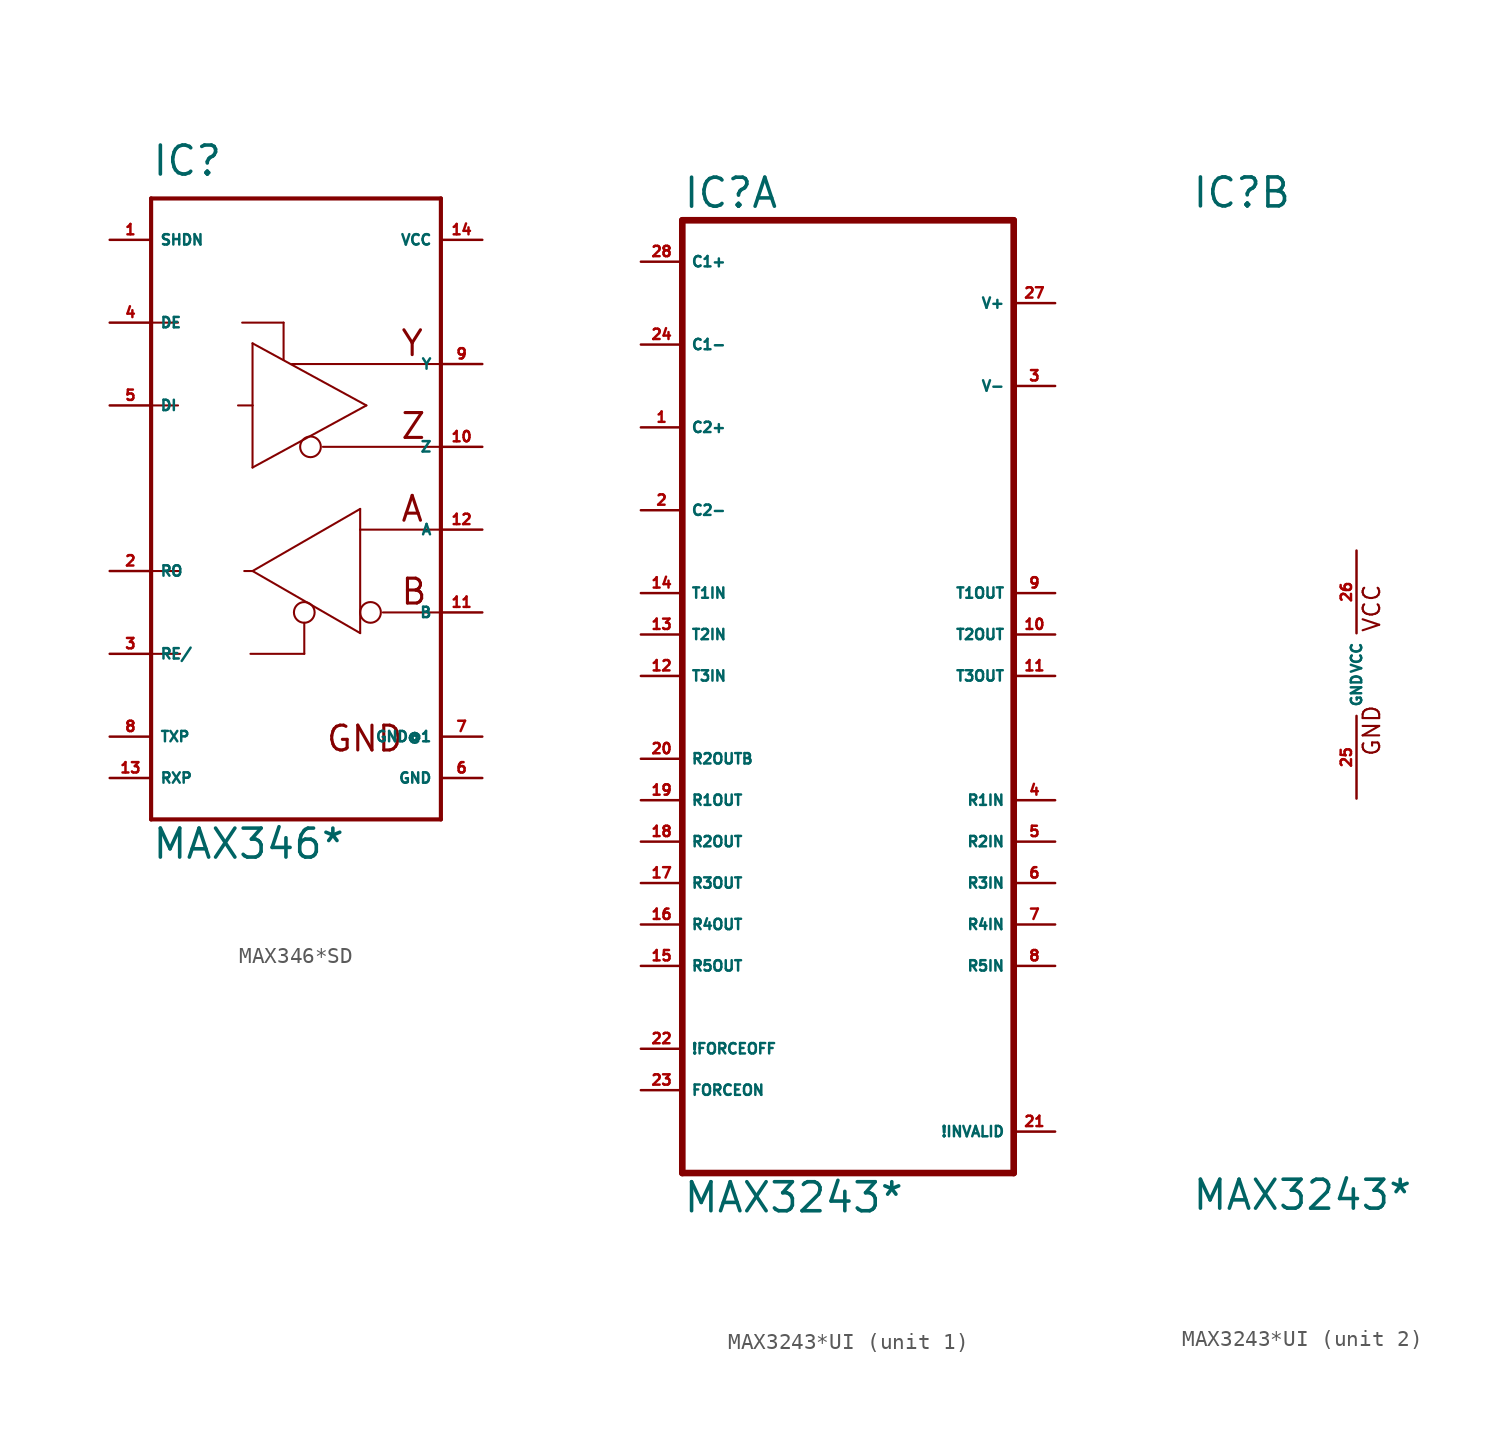
<source format=kicad_sym>
(kicad_symbol_lib
  (version 20220914)
  (generator Eagle2Kicad)
  (symbol "MAX346*SD"
    (property "Reference" "IC"
      (at -7.62 21.59 0)
      (effects (font (size 1.778 1.778) (thickness 0.22)) (justify left bottom)))
    (property "Value" "MAX346*"
      (at -7.62 -20.32 0)
      (effects (font (size 1.778 1.778) (thickness 0.22)) (justify left bottom)))
    (polyline
      (pts (xy -7.62 20.32) (xy 10.16 20.32))
      (stroke (width 0.254) (type default))
      (fill (type none)))
    (polyline
      (pts (xy 10.16 20.32) (xy 10.16 -17.78))
      (stroke (width 0.254) (type default))
      (fill (type none)))
    (polyline
      (pts (xy 10.16 -17.78) (xy -7.62 -17.78))
      (stroke (width 0.254) (type default))
      (fill (type none)))
    (polyline
      (pts (xy -7.62 -7.62) (xy -7.62 -2.54))
      (stroke (width 0.254) (type default))
      (fill (type none)))
    (polyline
      (pts (xy -7.62 -2.54) (xy -7.62 7.62))
      (stroke (width 0.254) (type default))
      (fill (type none)))
    (polyline
      (pts (xy -7.62 7.62) (xy -7.62 12.7))
      (stroke (width 0.254) (type default))
      (fill (type none)))
    (polyline
      (pts (xy -7.62 12.7) (xy -7.62 20.32))
      (stroke (width 0.254) (type default))
      (fill (type none)))
    (polyline
      (pts (xy 5.207 1.27) (xy 5.207 0))
      (stroke (width 0.127) (type default))
      (fill (type none)))
    (polyline
      (pts (xy 5.207 0) (xy 5.207 -6.35))
      (stroke (width 0.127) (type default))
      (fill (type none)))
    (polyline
      (pts (xy 5.207 -6.35) (xy -1.397 -2.54))
      (stroke (width 0.127) (type default))
      (fill (type none)))
    (polyline
      (pts (xy -1.397 -2.54) (xy 5.207 1.27))
      (stroke (width 0.127) (type default))
      (fill (type none)))
    (polyline
      (pts (xy -1.524 -7.62) (xy 1.778 -7.62))
      (stroke (width 0.127) (type default))
      (fill (type none)))
    (polyline
      (pts (xy 1.778 -7.62) (xy 1.778 -5.715))
      (stroke (width 0.127) (type default))
      (fill (type none)))
    (polyline
      (pts (xy 5.207 0) (xy 10.033 0))
      (stroke (width 0.127) (type default))
      (fill (type none)))
    (polyline
      (pts (xy 10.033 -5.08) (xy 6.604 -5.08))
      (stroke (width 0.127) (type default))
      (fill (type none)))
    (polyline
      (pts (xy -7.62 -2.54) (xy -5.842 -2.54))
      (stroke (width 0.127) (type default))
      (fill (type none)))
    (polyline
      (pts (xy -1.905 -2.54) (xy -1.397 -2.54))
      (stroke (width 0.127) (type default))
      (fill (type none)))
    (polyline
      (pts (xy -7.62 -7.62) (xy -5.842 -7.62))
      (stroke (width 0.127) (type default))
      (fill (type none)))
    (polyline
      (pts (xy -7.62 -7.62) (xy -7.62 -17.78))
      (stroke (width 0.254) (type default))
      (fill (type none)))
    (polyline
      (pts (xy -1.397 3.81) (xy -1.397 7.62))
      (stroke (width 0.127) (type default))
      (fill (type none)))
    (polyline
      (pts (xy -1.397 7.62) (xy -1.397 11.43))
      (stroke (width 0.127) (type default))
      (fill (type none)))
    (polyline
      (pts (xy -1.397 11.43) (xy 5.588 7.62))
      (stroke (width 0.127) (type default))
      (fill (type none)))
    (polyline
      (pts (xy 5.588 7.62) (xy -1.397 3.81))
      (stroke (width 0.127) (type default))
      (fill (type none)))
    (polyline
      (pts (xy -2.032 12.7) (xy 0.508 12.7))
      (stroke (width 0.127) (type default))
      (fill (type none)))
    (polyline
      (pts (xy 0.508 12.7) (xy 0.508 10.414))
      (stroke (width 0.127) (type default))
      (fill (type none)))
    (polyline
      (pts (xy -7.62 7.62) (xy -5.969 7.62))
      (stroke (width 0.127) (type default))
      (fill (type none)))
    (polyline
      (pts (xy -2.286 7.62) (xy -1.397 7.62))
      (stroke (width 0.127) (type default))
      (fill (type none)))
    (polyline
      (pts (xy -7.62 12.7) (xy -5.969 12.7))
      (stroke (width 0.127) (type default))
      (fill (type none)))
    (polyline
      (pts (xy 2.921 5.08) (xy 10.033 5.08))
      (stroke (width 0.127) (type default))
      (fill (type none)))
    (polyline
      (pts (xy 1.016 10.16) (xy 10.033 10.16))
      (stroke (width 0.127) (type default))
      (fill (type none)))
    (text "A"
      (at 7.62 0.381 0)
      (effects (font (size 1.524 1.524) (thickness 0.19)) (justify left bottom)))
    (text "B"
      (at 7.62 -4.699 0)
      (effects (font (size 1.524 1.524) (thickness 0.19)) (justify left bottom)))
    (text "GND"
      (at 3.048 -13.716 0)
      (effects (font (size 1.524 1.524) (thickness 0.19)) (justify left bottom)))
    (text "Z"
      (at 7.62 5.461 0)
      (effects (font (size 1.524 1.524) (thickness 0.19)) (justify left bottom)))
    (text "Y"
      (at 7.62 10.541 0)
      (effects (font (size 1.524 1.524) (thickness 0.19)) (justify left bottom)))
    (circle
      (center 1.778 -5.08)
      (radius 0.635)
      (stroke (width 0.127) (type default))
      (fill (type none)))
    (circle
      (center 5.842 -5.08)
      (radius 0.635)
      (stroke (width 0.127) (type default))
      (fill (type none)))
    (circle
      (center 2.159 5.08)
      (radius 0.635)
      (stroke (width 0.127) (type default))
      (fill (type none)))
    (pin output line
      (at -10.16 -2.54 0)
      (length 2.54)
      (name "RO" (effects (font (size 0.635 0.635) (thickness 0.08)) (justify left bottom)))
      (number "2" (effects (font (size 0.635 0.635) (thickness 0.08)) (justify left bottom))))
    (pin input line
      (at -10.16 -7.62 0)
      (length 2.54)
      (name "RE/" (effects (font (size 0.635 0.635) (thickness 0.08)) (justify left bottom)))
      (number "3" (effects (font (size 0.635 0.635) (thickness 0.08)) (justify left bottom))))
    (pin input line
      (at 12.7 0 180)
      (length 2.54)
      (name "A" (effects (font (size 0.635 0.635) (thickness 0.08)) (justify left bottom)))
      (number "12" (effects (font (size 0.635 0.635) (thickness 0.08)) (justify left bottom))))
    (pin input line
      (at 12.7 -5.08 180)
      (length 2.54)
      (name "B" (effects (font (size 0.635 0.635) (thickness 0.08)) (justify left bottom)))
      (number "11" (effects (font (size 0.635 0.635) (thickness 0.08)) (justify left bottom))))
    (pin input line
      (at -10.16 12.7 0)
      (length 2.54)
      (name "DE" (effects (font (size 0.635 0.635) (thickness 0.08)) (justify left bottom)))
      (number "4" (effects (font (size 0.635 0.635) (thickness 0.08)) (justify left bottom))))
    (pin input line
      (at -10.16 7.62 0)
      (length 2.54)
      (name "DI" (effects (font (size 0.635 0.635) (thickness 0.08)) (justify left bottom)))
      (number "5" (effects (font (size 0.635 0.635) (thickness 0.08)) (justify left bottom))))
    (pin output line
      (at 12.7 5.08 180)
      (length 2.54)
      (name "Z" (effects (font (size 0.635 0.635) (thickness 0.08)) (justify left bottom)))
      (number "10" (effects (font (size 0.635 0.635) (thickness 0.08)) (justify left bottom))))
    (pin output line
      (at 12.7 10.16 180)
      (length 2.54)
      (name "Y" (effects (font (size 0.635 0.635) (thickness 0.08)) (justify left bottom)))
      (number "9" (effects (font (size 0.635 0.635) (thickness 0.08)) (justify left bottom))))
    (pin passive line
      (at -10.16 -12.7 0)
      (length 2.54)
      (name "TXP" (effects (font (size 0.635 0.635) (thickness 0.08)) (justify left bottom)))
      (number "8" (effects (font (size 0.635 0.635) (thickness 0.08)) (justify left bottom))))
    (pin passive line
      (at -10.16 -15.24 0)
      (length 2.54)
      (name "RXP" (effects (font (size 0.635 0.635) (thickness 0.08)) (justify left bottom)))
      (number "13" (effects (font (size 0.635 0.635) (thickness 0.08)) (justify left bottom))))
    (pin unspecified line
      (at 12.7 -15.24 180)
      (length 2.54)
      (name "GND" (effects (font (size 0.635 0.635) (thickness 0.08)) (justify left bottom)))
      (number "6" (effects (font (size 0.635 0.635) (thickness 0.08)) (justify left bottom))))
    (pin unspecified line
      (at 12.7 -12.7 180)
      (length 2.54)
      (name "GND@1" (effects (font (size 0.635 0.635) (thickness 0.08)) (justify left bottom)))
      (number "7" (effects (font (size 0.635 0.635) (thickness 0.08)) (justify left bottom))))
    (pin unspecified line
      (at 12.7 17.78 180)
      (length 2.54)
      (name "VCC" (effects (font (size 0.635 0.635) (thickness 0.08)) (justify left bottom)))
      (number "14" (effects (font (size 0.635 0.635) (thickness 0.08)) (justify left bottom))))
    (pin input line
      (at -10.16 17.78 0)
      (length 2.54)
      (name "SHDN" (effects (font (size 0.635 0.635) (thickness 0.08)) (justify left bottom)))
      (number "1" (effects (font (size 0.635 0.635) (thickness 0.08)) (justify left bottom)))))
  (symbol "MAX3243*UI"
    (property "Reference" "IC"
      (at -10.16 28.575 0)
      (effects (font (size 1.778 1.778) (thickness 0.22)) (justify left bottom)))
    (property "Value" "MAX3243*"
      (at -10.16 -33.02 0)
      (effects (font (size 1.778 1.778) (thickness 0.22)) (justify left bottom)))
    (symbol "MAX3243*UI_1_0"
      (polyline (pts (xy -10.16 27.94) (xy 10.16 27.94)) (stroke (width 0.406) (type default)) (fill (type none)))
      (polyline (pts (xy 10.16 -30.48) (xy 10.16 27.94)) (stroke (width 0.406) (type default)) (fill (type none)))
      (polyline (pts (xy 10.16 -30.48) (xy -10.16 -30.48)) (stroke (width 0.406) (type default)) (fill (type none)))
      (polyline (pts (xy -10.16 27.94) (xy -10.16 -30.48)) (stroke (width 0.406) (type default)) (fill (type none)))
      (pin passive line (at -12.7 25.4 0) (length 2.54) (name "C1+" (effects (font (size 0.635 0.635) (thickness 0.08)) (justify left bottom))) (number "28" (effects (font (size 0.635 0.635) (thickness 0.08)) (justify left bottom))))
      (pin passive line (at -12.7 20.32 0) (length 2.54) (name "C1-" (effects (font (size 0.635 0.635) (thickness 0.08)) (justify left bottom))) (number "24" (effects (font (size 0.635 0.635) (thickness 0.08)) (justify left bottom))))
      (pin passive line (at -12.7 15.24 0) (length 2.54) (name "C2+" (effects (font (size 0.635 0.635) (thickness 0.08)) (justify left bottom))) (number "1" (effects (font (size 0.635 0.635) (thickness 0.08)) (justify left bottom))))
      (pin passive line (at -12.7 10.16 0) (length 2.54) (name "C2-" (effects (font (size 0.635 0.635) (thickness 0.08)) (justify left bottom))) (number "2" (effects (font (size 0.635 0.635) (thickness 0.08)) (justify left bottom))))
      (pin input line (at -12.7 5.08 0) (length 2.54) (name "T1IN" (effects (font (size 0.635 0.635) (thickness 0.08)) (justify left bottom))) (number "14" (effects (font (size 0.635 0.635) (thickness 0.08)) (justify left bottom))))
      (pin input line (at -12.7 2.54 0) (length 2.54) (name "T2IN" (effects (font (size 0.635 0.635) (thickness 0.08)) (justify left bottom))) (number "13" (effects (font (size 0.635 0.635) (thickness 0.08)) (justify left bottom))))
      (pin output line (at -12.7 -7.62 0) (length 2.54) (name "R1OUT" (effects (font (size 0.635 0.635) (thickness 0.08)) (justify left bottom))) (number "19" (effects (font (size 0.635 0.635) (thickness 0.08)) (justify left bottom))))
      (pin output line (at -12.7 -10.16 0) (length 2.54) (name "R2OUT" (effects (font (size 0.635 0.635) (thickness 0.08)) (justify left bottom))) (number "18" (effects (font (size 0.635 0.635) (thickness 0.08)) (justify left bottom))))
      (pin passive line (at 12.7 22.86 180) (length 2.54) (name "V+" (effects (font (size 0.635 0.635) (thickness 0.08)) (justify left bottom))) (number "27" (effects (font (size 0.635 0.635) (thickness 0.08)) (justify left bottom))))
      (pin passive line (at 12.7 17.78 180) (length 2.54) (name "V-" (effects (font (size 0.635 0.635) (thickness 0.08)) (justify left bottom))) (number "3" (effects (font (size 0.635 0.635) (thickness 0.08)) (justify left bottom))))
      (pin output line (at 12.7 5.08 180) (length 2.54) (name "T1OUT" (effects (font (size 0.635 0.635) (thickness 0.08)) (justify left bottom))) (number "9" (effects (font (size 0.635 0.635) (thickness 0.08)) (justify left bottom))))
      (pin output line (at 12.7 2.54 180) (length 2.54) (name "T2OUT" (effects (font (size 0.635 0.635) (thickness 0.08)) (justify left bottom))) (number "10" (effects (font (size 0.635 0.635) (thickness 0.08)) (justify left bottom))))
      (pin input line (at 12.7 -7.62 180) (length 2.54) (name "R1IN" (effects (font (size 0.635 0.635) (thickness 0.08)) (justify left bottom))) (number "4" (effects (font (size 0.635 0.635) (thickness 0.08)) (justify left bottom))))
      (pin input line (at 12.7 -10.16 180) (length 2.54) (name "R2IN" (effects (font (size 0.635 0.635) (thickness 0.08)) (justify left bottom))) (number "5" (effects (font (size 0.635 0.635) (thickness 0.08)) (justify left bottom))))
      (pin input line (at -12.7 0 0) (length 2.54) (name "T3IN" (effects (font (size 0.635 0.635) (thickness 0.08)) (justify left bottom))) (number "12" (effects (font (size 0.635 0.635) (thickness 0.08)) (justify left bottom))))
      (pin output line (at 12.7 0 180) (length 2.54) (name "T3OUT" (effects (font (size 0.635 0.635) (thickness 0.08)) (justify left bottom))) (number "11" (effects (font (size 0.635 0.635) (thickness 0.08)) (justify left bottom))))
      (pin output line (at -12.7 -5.08 0) (length 2.54) (name "R2OUTB" (effects (font (size 0.635 0.635) (thickness 0.08)) (justify left bottom))) (number "20" (effects (font (size 0.635 0.635) (thickness 0.08)) (justify left bottom))))
      (pin output line (at -12.7 -12.7 0) (length 2.54) (name "R3OUT" (effects (font (size 0.635 0.635) (thickness 0.08)) (justify left bottom))) (number "17" (effects (font (size 0.635 0.635) (thickness 0.08)) (justify left bottom))))
      (pin input line (at 12.7 -12.7 180) (length 2.54) (name "R3IN" (effects (font (size 0.635 0.635) (thickness 0.08)) (justify left bottom))) (number "6" (effects (font (size 0.635 0.635) (thickness 0.08)) (justify left bottom))))
      (pin input line (at 12.7 -27.94 180) (length 2.54) (name "!INVALID" (effects (font (size 0.635 0.635) (thickness 0.08)) (justify left bottom))) (number "21" (effects (font (size 0.635 0.635) (thickness 0.08)) (justify left bottom))))
      (pin input line (at -12.7 -22.86 0) (length 2.54) (name "!FORCEOFF" (effects (font (size 0.635 0.635) (thickness 0.08)) (justify left bottom))) (number "22" (effects (font (size 0.635 0.635) (thickness 0.08)) (justify left bottom))))
      (pin input line (at -12.7 -25.4 0) (length 2.54) (name "FORCEON" (effects (font (size 0.635 0.635) (thickness 0.08)) (justify left bottom))) (number "23" (effects (font (size 0.635 0.635) (thickness 0.08)) (justify left bottom))))
      (pin output line (at -12.7 -15.24 0) (length 2.54) (name "R4OUT" (effects (font (size 0.635 0.635) (thickness 0.08)) (justify left bottom))) (number "16" (effects (font (size 0.635 0.635) (thickness 0.08)) (justify left bottom))))
      (pin output line (at -12.7 -17.78 0) (length 2.54) (name "R5OUT" (effects (font (size 0.635 0.635) (thickness 0.08)) (justify left bottom))) (number "15" (effects (font (size 0.635 0.635) (thickness 0.08)) (justify left bottom))))
      (pin input line (at 12.7 -15.24 180) (length 2.54) (name "R4IN" (effects (font (size 0.635 0.635) (thickness 0.08)) (justify left bottom))) (number "7" (effects (font (size 0.635 0.635) (thickness 0.08)) (justify left bottom))))
      (pin input line (at 12.7 -17.78 180) (length 2.54) (name "R5IN" (effects (font (size 0.635 0.635) (thickness 0.08)) (justify left bottom))) (number "8" (effects (font (size 0.635 0.635) (thickness 0.08)) (justify left bottom)))))
    (symbol "MAX3243*UI_2_0"
      (text "GND" (at 1.524 -5.08 900) (effects (font (size 1.016 1.016) (thickness 0.13)) (justify left bottom)))
      (text "VCC" (at 1.524 2.54 900) (effects (font (size 1.016 1.016) (thickness 0.13)) (justify left bottom)))
      (pin unspecified line (at 0 7.62 270) (length 5.08) (name "VCC" (effects (font (size 0.635 0.635) (thickness 0.08)) (justify left bottom))) (number "26" (effects (font (size 0.635 0.635) (thickness 0.08)) (justify left bottom))))
      (pin unspecified line (at 0 -7.62 90) (length 5.08) (name "GND" (effects (font (size 0.635 0.635) (thickness 0.08)) (justify left bottom))) (number "25" (effects (font (size 0.635 0.635) (thickness 0.08)) (justify left bottom)))))))
</source>
